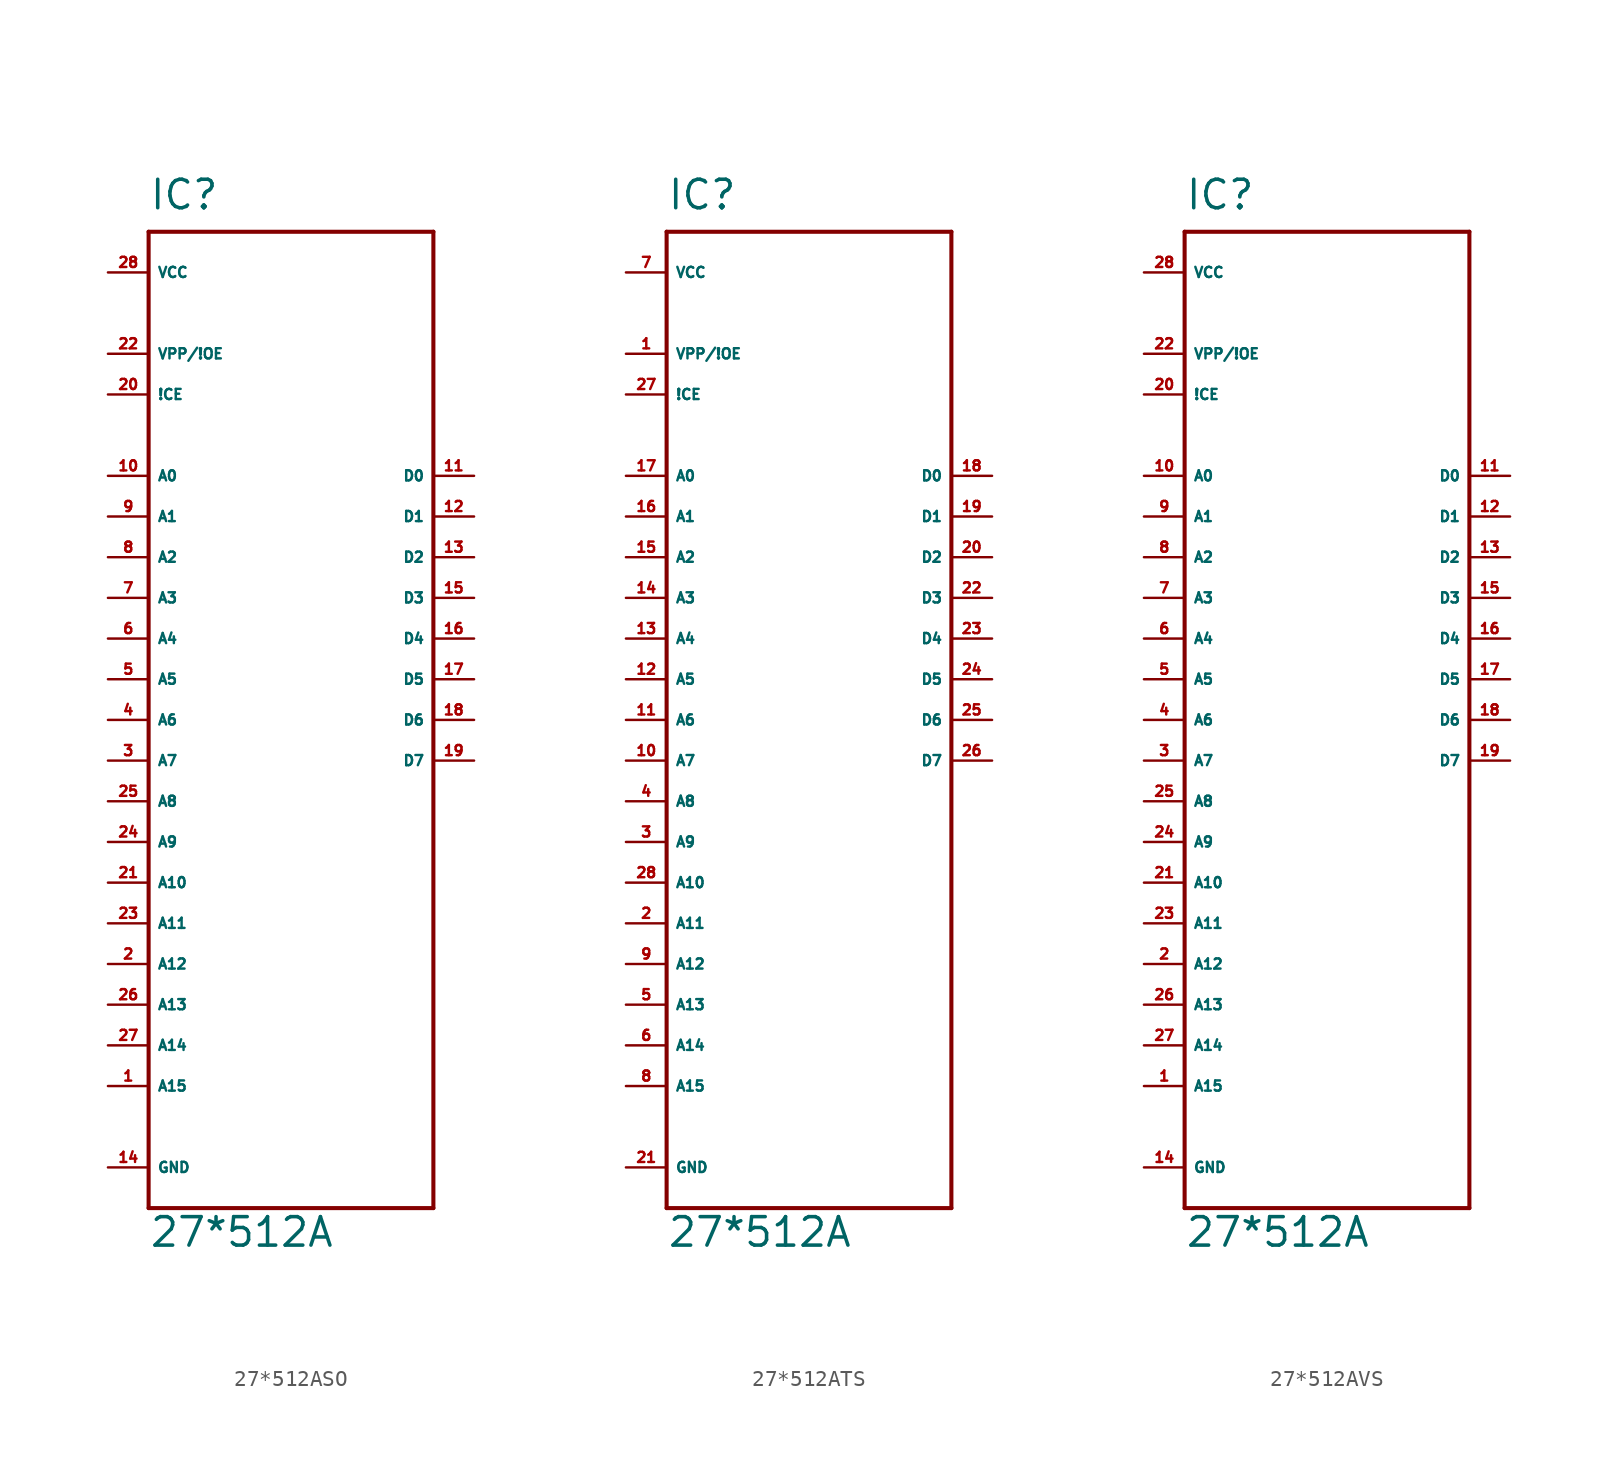
<source format=kicad_sym>
(kicad_symbol_lib
  (version 20220914)
  (generator Eagle2Kicad)
  (symbol "27*512ASO"
    (property "Reference" "IC"
      (at -7.62 31.75 0)
      (effects (font (size 1.778 1.778) (thickness 0.22)) (justify left bottom)))
    (property "Value" "27*512A"
      (at -7.62 -33.02 0)
      (effects (font (size 1.778 1.778) (thickness 0.22)) (justify left bottom)))
    (polyline
      (pts (xy -7.62 30.48) (xy 10.16 30.48))
      (stroke (width 0.254) (type default))
      (fill (type none)))
    (polyline
      (pts (xy 10.16 30.48) (xy 10.16 -30.48))
      (stroke (width 0.254) (type default))
      (fill (type none)))
    (polyline
      (pts (xy 10.16 -30.48) (xy -7.62 -30.48))
      (stroke (width 0.254) (type default))
      (fill (type none)))
    (polyline
      (pts (xy -7.62 -30.48) (xy -7.62 30.48))
      (stroke (width 0.254) (type default))
      (fill (type none)))
    (pin input line
      (at -10.16 15.24 0)
      (length 2.54)
      (name "A0" (effects (font (size 0.635 0.635) (thickness 0.08)) (justify left bottom)))
      (number "10" (effects (font (size 0.635 0.635) (thickness 0.08)) (justify left bottom))))
    (pin input line
      (at -10.16 12.7 0)
      (length 2.54)
      (name "A1" (effects (font (size 0.635 0.635) (thickness 0.08)) (justify left bottom)))
      (number "9" (effects (font (size 0.635 0.635) (thickness 0.08)) (justify left bottom))))
    (pin input line
      (at -10.16 10.16 0)
      (length 2.54)
      (name "A2" (effects (font (size 0.635 0.635) (thickness 0.08)) (justify left bottom)))
      (number "8" (effects (font (size 0.635 0.635) (thickness 0.08)) (justify left bottom))))
    (pin input line
      (at -10.16 7.62 0)
      (length 2.54)
      (name "A3" (effects (font (size 0.635 0.635) (thickness 0.08)) (justify left bottom)))
      (number "7" (effects (font (size 0.635 0.635) (thickness 0.08)) (justify left bottom))))
    (pin input line
      (at -10.16 5.08 0)
      (length 2.54)
      (name "A4" (effects (font (size 0.635 0.635) (thickness 0.08)) (justify left bottom)))
      (number "6" (effects (font (size 0.635 0.635) (thickness 0.08)) (justify left bottom))))
    (pin input line
      (at -10.16 2.54 0)
      (length 2.54)
      (name "A5" (effects (font (size 0.635 0.635) (thickness 0.08)) (justify left bottom)))
      (number "5" (effects (font (size 0.635 0.635) (thickness 0.08)) (justify left bottom))))
    (pin input line
      (at -10.16 0 0)
      (length 2.54)
      (name "A6" (effects (font (size 0.635 0.635) (thickness 0.08)) (justify left bottom)))
      (number "4" (effects (font (size 0.635 0.635) (thickness 0.08)) (justify left bottom))))
    (pin input line
      (at -10.16 -2.54 0)
      (length 2.54)
      (name "A7" (effects (font (size 0.635 0.635) (thickness 0.08)) (justify left bottom)))
      (number "3" (effects (font (size 0.635 0.635) (thickness 0.08)) (justify left bottom))))
    (pin input line
      (at -10.16 -5.08 0)
      (length 2.54)
      (name "A8" (effects (font (size 0.635 0.635) (thickness 0.08)) (justify left bottom)))
      (number "25" (effects (font (size 0.635 0.635) (thickness 0.08)) (justify left bottom))))
    (pin input line
      (at -10.16 20.32 0)
      (length 2.54)
      (name "!CE" (effects (font (size 0.635 0.635) (thickness 0.08)) (justify left bottom)))
      (number "20" (effects (font (size 0.635 0.635) (thickness 0.08)) (justify left bottom))))
    (pin input line
      (at -10.16 22.86 0)
      (length 2.54)
      (name "VPP/!OE" (effects (font (size 0.635 0.635) (thickness 0.08)) (justify left bottom)))
      (number "22" (effects (font (size 0.635 0.635) (thickness 0.08)) (justify left bottom))))
    (pin tri_state line
      (at 12.7 15.24 180)
      (length 2.54)
      (name "D0" (effects (font (size 0.635 0.635) (thickness 0.08)) (justify left bottom)))
      (number "11" (effects (font (size 0.635 0.635) (thickness 0.08)) (justify left bottom))))
    (pin tri_state line
      (at 12.7 12.7 180)
      (length 2.54)
      (name "D1" (effects (font (size 0.635 0.635) (thickness 0.08)) (justify left bottom)))
      (number "12" (effects (font (size 0.635 0.635) (thickness 0.08)) (justify left bottom))))
    (pin tri_state line
      (at 12.7 10.16 180)
      (length 2.54)
      (name "D2" (effects (font (size 0.635 0.635) (thickness 0.08)) (justify left bottom)))
      (number "13" (effects (font (size 0.635 0.635) (thickness 0.08)) (justify left bottom))))
    (pin tri_state line
      (at 12.7 7.62 180)
      (length 2.54)
      (name "D3" (effects (font (size 0.635 0.635) (thickness 0.08)) (justify left bottom)))
      (number "15" (effects (font (size 0.635 0.635) (thickness 0.08)) (justify left bottom))))
    (pin tri_state line
      (at 12.7 5.08 180)
      (length 2.54)
      (name "D4" (effects (font (size 0.635 0.635) (thickness 0.08)) (justify left bottom)))
      (number "16" (effects (font (size 0.635 0.635) (thickness 0.08)) (justify left bottom))))
    (pin tri_state line
      (at 12.7 2.54 180)
      (length 2.54)
      (name "D5" (effects (font (size 0.635 0.635) (thickness 0.08)) (justify left bottom)))
      (number "17" (effects (font (size 0.635 0.635) (thickness 0.08)) (justify left bottom))))
    (pin tri_state line
      (at 12.7 0 180)
      (length 2.54)
      (name "D6" (effects (font (size 0.635 0.635) (thickness 0.08)) (justify left bottom)))
      (number "18" (effects (font (size 0.635 0.635) (thickness 0.08)) (justify left bottom))))
    (pin tri_state line
      (at 12.7 -2.54 180)
      (length 2.54)
      (name "D7" (effects (font (size 0.635 0.635) (thickness 0.08)) (justify left bottom)))
      (number "19" (effects (font (size 0.635 0.635) (thickness 0.08)) (justify left bottom))))
    (pin unspecified line
      (at -10.16 27.94 0)
      (length 2.54)
      (name "VCC" (effects (font (size 0.635 0.635) (thickness 0.08)) (justify left bottom)))
      (number "28" (effects (font (size 0.635 0.635) (thickness 0.08)) (justify left bottom))))
    (pin unspecified line
      (at -10.16 -27.94 0)
      (length 2.54)
      (name "GND" (effects (font (size 0.635 0.635) (thickness 0.08)) (justify left bottom)))
      (number "14" (effects (font (size 0.635 0.635) (thickness 0.08)) (justify left bottom))))
    (pin input line
      (at -10.16 -7.62 0)
      (length 2.54)
      (name "A9" (effects (font (size 0.635 0.635) (thickness 0.08)) (justify left bottom)))
      (number "24" (effects (font (size 0.635 0.635) (thickness 0.08)) (justify left bottom))))
    (pin input line
      (at -10.16 -10.16 0)
      (length 2.54)
      (name "A10" (effects (font (size 0.635 0.635) (thickness 0.08)) (justify left bottom)))
      (number "21" (effects (font (size 0.635 0.635) (thickness 0.08)) (justify left bottom))))
    (pin input line
      (at -10.16 -20.32 0)
      (length 2.54)
      (name "A14" (effects (font (size 0.635 0.635) (thickness 0.08)) (justify left bottom)))
      (number "27" (effects (font (size 0.635 0.635) (thickness 0.08)) (justify left bottom))))
    (pin input line
      (at -10.16 -12.7 0)
      (length 2.54)
      (name "A11" (effects (font (size 0.635 0.635) (thickness 0.08)) (justify left bottom)))
      (number "23" (effects (font (size 0.635 0.635) (thickness 0.08)) (justify left bottom))))
    (pin input line
      (at -10.16 -15.24 0)
      (length 2.54)
      (name "A12" (effects (font (size 0.635 0.635) (thickness 0.08)) (justify left bottom)))
      (number "2" (effects (font (size 0.635 0.635) (thickness 0.08)) (justify left bottom))))
    (pin input line
      (at -10.16 -22.86 0)
      (length 2.54)
      (name "A15" (effects (font (size 0.635 0.635) (thickness 0.08)) (justify left bottom)))
      (number "1" (effects (font (size 0.635 0.635) (thickness 0.08)) (justify left bottom))))
    (pin input line
      (at -10.16 -17.78 0)
      (length 2.54)
      (name "A13" (effects (font (size 0.635 0.635) (thickness 0.08)) (justify left bottom)))
      (number "26" (effects (font (size 0.635 0.635) (thickness 0.08)) (justify left bottom)))))
  (symbol "27*512ATS"
    (property "Reference" "IC"
      (at -7.62 31.75 0)
      (effects (font (size 1.778 1.778) (thickness 0.22)) (justify left bottom)))
    (property "Value" "27*512A"
      (at -7.62 -33.02 0)
      (effects (font (size 1.778 1.778) (thickness 0.22)) (justify left bottom)))
    (polyline
      (pts (xy -7.62 30.48) (xy 10.16 30.48))
      (stroke (width 0.254) (type default))
      (fill (type none)))
    (polyline
      (pts (xy 10.16 30.48) (xy 10.16 -30.48))
      (stroke (width 0.254) (type default))
      (fill (type none)))
    (polyline
      (pts (xy 10.16 -30.48) (xy -7.62 -30.48))
      (stroke (width 0.254) (type default))
      (fill (type none)))
    (polyline
      (pts (xy -7.62 -30.48) (xy -7.62 30.48))
      (stroke (width 0.254) (type default))
      (fill (type none)))
    (pin input line
      (at -10.16 15.24 0)
      (length 2.54)
      (name "A0" (effects (font (size 0.635 0.635) (thickness 0.08)) (justify left bottom)))
      (number "17" (effects (font (size 0.635 0.635) (thickness 0.08)) (justify left bottom))))
    (pin input line
      (at -10.16 12.7 0)
      (length 2.54)
      (name "A1" (effects (font (size 0.635 0.635) (thickness 0.08)) (justify left bottom)))
      (number "16" (effects (font (size 0.635 0.635) (thickness 0.08)) (justify left bottom))))
    (pin input line
      (at -10.16 10.16 0)
      (length 2.54)
      (name "A2" (effects (font (size 0.635 0.635) (thickness 0.08)) (justify left bottom)))
      (number "15" (effects (font (size 0.635 0.635) (thickness 0.08)) (justify left bottom))))
    (pin input line
      (at -10.16 7.62 0)
      (length 2.54)
      (name "A3" (effects (font (size 0.635 0.635) (thickness 0.08)) (justify left bottom)))
      (number "14" (effects (font (size 0.635 0.635) (thickness 0.08)) (justify left bottom))))
    (pin input line
      (at -10.16 5.08 0)
      (length 2.54)
      (name "A4" (effects (font (size 0.635 0.635) (thickness 0.08)) (justify left bottom)))
      (number "13" (effects (font (size 0.635 0.635) (thickness 0.08)) (justify left bottom))))
    (pin input line
      (at -10.16 2.54 0)
      (length 2.54)
      (name "A5" (effects (font (size 0.635 0.635) (thickness 0.08)) (justify left bottom)))
      (number "12" (effects (font (size 0.635 0.635) (thickness 0.08)) (justify left bottom))))
    (pin input line
      (at -10.16 0 0)
      (length 2.54)
      (name "A6" (effects (font (size 0.635 0.635) (thickness 0.08)) (justify left bottom)))
      (number "11" (effects (font (size 0.635 0.635) (thickness 0.08)) (justify left bottom))))
    (pin input line
      (at -10.16 -2.54 0)
      (length 2.54)
      (name "A7" (effects (font (size 0.635 0.635) (thickness 0.08)) (justify left bottom)))
      (number "10" (effects (font (size 0.635 0.635) (thickness 0.08)) (justify left bottom))))
    (pin input line
      (at -10.16 -5.08 0)
      (length 2.54)
      (name "A8" (effects (font (size 0.635 0.635) (thickness 0.08)) (justify left bottom)))
      (number "4" (effects (font (size 0.635 0.635) (thickness 0.08)) (justify left bottom))))
    (pin input line
      (at -10.16 20.32 0)
      (length 2.54)
      (name "!CE" (effects (font (size 0.635 0.635) (thickness 0.08)) (justify left bottom)))
      (number "27" (effects (font (size 0.635 0.635) (thickness 0.08)) (justify left bottom))))
    (pin input line
      (at -10.16 22.86 0)
      (length 2.54)
      (name "VPP/!OE" (effects (font (size 0.635 0.635) (thickness 0.08)) (justify left bottom)))
      (number "1" (effects (font (size 0.635 0.635) (thickness 0.08)) (justify left bottom))))
    (pin tri_state line
      (at 12.7 15.24 180)
      (length 2.54)
      (name "D0" (effects (font (size 0.635 0.635) (thickness 0.08)) (justify left bottom)))
      (number "18" (effects (font (size 0.635 0.635) (thickness 0.08)) (justify left bottom))))
    (pin tri_state line
      (at 12.7 12.7 180)
      (length 2.54)
      (name "D1" (effects (font (size 0.635 0.635) (thickness 0.08)) (justify left bottom)))
      (number "19" (effects (font (size 0.635 0.635) (thickness 0.08)) (justify left bottom))))
    (pin tri_state line
      (at 12.7 10.16 180)
      (length 2.54)
      (name "D2" (effects (font (size 0.635 0.635) (thickness 0.08)) (justify left bottom)))
      (number "20" (effects (font (size 0.635 0.635) (thickness 0.08)) (justify left bottom))))
    (pin tri_state line
      (at 12.7 7.62 180)
      (length 2.54)
      (name "D3" (effects (font (size 0.635 0.635) (thickness 0.08)) (justify left bottom)))
      (number "22" (effects (font (size 0.635 0.635) (thickness 0.08)) (justify left bottom))))
    (pin tri_state line
      (at 12.7 5.08 180)
      (length 2.54)
      (name "D4" (effects (font (size 0.635 0.635) (thickness 0.08)) (justify left bottom)))
      (number "23" (effects (font (size 0.635 0.635) (thickness 0.08)) (justify left bottom))))
    (pin tri_state line
      (at 12.7 2.54 180)
      (length 2.54)
      (name "D5" (effects (font (size 0.635 0.635) (thickness 0.08)) (justify left bottom)))
      (number "24" (effects (font (size 0.635 0.635) (thickness 0.08)) (justify left bottom))))
    (pin tri_state line
      (at 12.7 0 180)
      (length 2.54)
      (name "D6" (effects (font (size 0.635 0.635) (thickness 0.08)) (justify left bottom)))
      (number "25" (effects (font (size 0.635 0.635) (thickness 0.08)) (justify left bottom))))
    (pin tri_state line
      (at 12.7 -2.54 180)
      (length 2.54)
      (name "D7" (effects (font (size 0.635 0.635) (thickness 0.08)) (justify left bottom)))
      (number "26" (effects (font (size 0.635 0.635) (thickness 0.08)) (justify left bottom))))
    (pin unspecified line
      (at -10.16 27.94 0)
      (length 2.54)
      (name "VCC" (effects (font (size 0.635 0.635) (thickness 0.08)) (justify left bottom)))
      (number "7" (effects (font (size 0.635 0.635) (thickness 0.08)) (justify left bottom))))
    (pin unspecified line
      (at -10.16 -27.94 0)
      (length 2.54)
      (name "GND" (effects (font (size 0.635 0.635) (thickness 0.08)) (justify left bottom)))
      (number "21" (effects (font (size 0.635 0.635) (thickness 0.08)) (justify left bottom))))
    (pin input line
      (at -10.16 -7.62 0)
      (length 2.54)
      (name "A9" (effects (font (size 0.635 0.635) (thickness 0.08)) (justify left bottom)))
      (number "3" (effects (font (size 0.635 0.635) (thickness 0.08)) (justify left bottom))))
    (pin input line
      (at -10.16 -10.16 0)
      (length 2.54)
      (name "A10" (effects (font (size 0.635 0.635) (thickness 0.08)) (justify left bottom)))
      (number "28" (effects (font (size 0.635 0.635) (thickness 0.08)) (justify left bottom))))
    (pin input line
      (at -10.16 -20.32 0)
      (length 2.54)
      (name "A14" (effects (font (size 0.635 0.635) (thickness 0.08)) (justify left bottom)))
      (number "6" (effects (font (size 0.635 0.635) (thickness 0.08)) (justify left bottom))))
    (pin input line
      (at -10.16 -12.7 0)
      (length 2.54)
      (name "A11" (effects (font (size 0.635 0.635) (thickness 0.08)) (justify left bottom)))
      (number "2" (effects (font (size 0.635 0.635) (thickness 0.08)) (justify left bottom))))
    (pin input line
      (at -10.16 -15.24 0)
      (length 2.54)
      (name "A12" (effects (font (size 0.635 0.635) (thickness 0.08)) (justify left bottom)))
      (number "9" (effects (font (size 0.635 0.635) (thickness 0.08)) (justify left bottom))))
    (pin input line
      (at -10.16 -22.86 0)
      (length 2.54)
      (name "A15" (effects (font (size 0.635 0.635) (thickness 0.08)) (justify left bottom)))
      (number "8" (effects (font (size 0.635 0.635) (thickness 0.08)) (justify left bottom))))
    (pin input line
      (at -10.16 -17.78 0)
      (length 2.54)
      (name "A13" (effects (font (size 0.635 0.635) (thickness 0.08)) (justify left bottom)))
      (number "5" (effects (font (size 0.635 0.635) (thickness 0.08)) (justify left bottom)))))
  (symbol "27*512AVS"
    (property "Reference" "IC"
      (at -7.62 31.75 0)
      (effects (font (size 1.778 1.778) (thickness 0.22)) (justify left bottom)))
    (property "Value" "27*512A"
      (at -7.62 -33.02 0)
      (effects (font (size 1.778 1.778) (thickness 0.22)) (justify left bottom)))
    (polyline
      (pts (xy -7.62 30.48) (xy 10.16 30.48))
      (stroke (width 0.254) (type default))
      (fill (type none)))
    (polyline
      (pts (xy 10.16 30.48) (xy 10.16 -30.48))
      (stroke (width 0.254) (type default))
      (fill (type none)))
    (polyline
      (pts (xy 10.16 -30.48) (xy -7.62 -30.48))
      (stroke (width 0.254) (type default))
      (fill (type none)))
    (polyline
      (pts (xy -7.62 -30.48) (xy -7.62 30.48))
      (stroke (width 0.254) (type default))
      (fill (type none)))
    (pin input line
      (at -10.16 15.24 0)
      (length 2.54)
      (name "A0" (effects (font (size 0.635 0.635) (thickness 0.08)) (justify left bottom)))
      (number "10" (effects (font (size 0.635 0.635) (thickness 0.08)) (justify left bottom))))
    (pin input line
      (at -10.16 12.7 0)
      (length 2.54)
      (name "A1" (effects (font (size 0.635 0.635) (thickness 0.08)) (justify left bottom)))
      (number "9" (effects (font (size 0.635 0.635) (thickness 0.08)) (justify left bottom))))
    (pin input line
      (at -10.16 10.16 0)
      (length 2.54)
      (name "A2" (effects (font (size 0.635 0.635) (thickness 0.08)) (justify left bottom)))
      (number "8" (effects (font (size 0.635 0.635) (thickness 0.08)) (justify left bottom))))
    (pin input line
      (at -10.16 7.62 0)
      (length 2.54)
      (name "A3" (effects (font (size 0.635 0.635) (thickness 0.08)) (justify left bottom)))
      (number "7" (effects (font (size 0.635 0.635) (thickness 0.08)) (justify left bottom))))
    (pin input line
      (at -10.16 5.08 0)
      (length 2.54)
      (name "A4" (effects (font (size 0.635 0.635) (thickness 0.08)) (justify left bottom)))
      (number "6" (effects (font (size 0.635 0.635) (thickness 0.08)) (justify left bottom))))
    (pin input line
      (at -10.16 2.54 0)
      (length 2.54)
      (name "A5" (effects (font (size 0.635 0.635) (thickness 0.08)) (justify left bottom)))
      (number "5" (effects (font (size 0.635 0.635) (thickness 0.08)) (justify left bottom))))
    (pin input line
      (at -10.16 0 0)
      (length 2.54)
      (name "A6" (effects (font (size 0.635 0.635) (thickness 0.08)) (justify left bottom)))
      (number "4" (effects (font (size 0.635 0.635) (thickness 0.08)) (justify left bottom))))
    (pin input line
      (at -10.16 -2.54 0)
      (length 2.54)
      (name "A7" (effects (font (size 0.635 0.635) (thickness 0.08)) (justify left bottom)))
      (number "3" (effects (font (size 0.635 0.635) (thickness 0.08)) (justify left bottom))))
    (pin input line
      (at -10.16 -5.08 0)
      (length 2.54)
      (name "A8" (effects (font (size 0.635 0.635) (thickness 0.08)) (justify left bottom)))
      (number "25" (effects (font (size 0.635 0.635) (thickness 0.08)) (justify left bottom))))
    (pin input line
      (at -10.16 20.32 0)
      (length 2.54)
      (name "!CE" (effects (font (size 0.635 0.635) (thickness 0.08)) (justify left bottom)))
      (number "20" (effects (font (size 0.635 0.635) (thickness 0.08)) (justify left bottom))))
    (pin input line
      (at -10.16 22.86 0)
      (length 2.54)
      (name "VPP/!OE" (effects (font (size 0.635 0.635) (thickness 0.08)) (justify left bottom)))
      (number "22" (effects (font (size 0.635 0.635) (thickness 0.08)) (justify left bottom))))
    (pin tri_state line
      (at 12.7 15.24 180)
      (length 2.54)
      (name "D0" (effects (font (size 0.635 0.635) (thickness 0.08)) (justify left bottom)))
      (number "11" (effects (font (size 0.635 0.635) (thickness 0.08)) (justify left bottom))))
    (pin tri_state line
      (at 12.7 12.7 180)
      (length 2.54)
      (name "D1" (effects (font (size 0.635 0.635) (thickness 0.08)) (justify left bottom)))
      (number "12" (effects (font (size 0.635 0.635) (thickness 0.08)) (justify left bottom))))
    (pin tri_state line
      (at 12.7 10.16 180)
      (length 2.54)
      (name "D2" (effects (font (size 0.635 0.635) (thickness 0.08)) (justify left bottom)))
      (number "13" (effects (font (size 0.635 0.635) (thickness 0.08)) (justify left bottom))))
    (pin tri_state line
      (at 12.7 7.62 180)
      (length 2.54)
      (name "D3" (effects (font (size 0.635 0.635) (thickness 0.08)) (justify left bottom)))
      (number "15" (effects (font (size 0.635 0.635) (thickness 0.08)) (justify left bottom))))
    (pin tri_state line
      (at 12.7 5.08 180)
      (length 2.54)
      (name "D4" (effects (font (size 0.635 0.635) (thickness 0.08)) (justify left bottom)))
      (number "16" (effects (font (size 0.635 0.635) (thickness 0.08)) (justify left bottom))))
    (pin tri_state line
      (at 12.7 2.54 180)
      (length 2.54)
      (name "D5" (effects (font (size 0.635 0.635) (thickness 0.08)) (justify left bottom)))
      (number "17" (effects (font (size 0.635 0.635) (thickness 0.08)) (justify left bottom))))
    (pin tri_state line
      (at 12.7 0 180)
      (length 2.54)
      (name "D6" (effects (font (size 0.635 0.635) (thickness 0.08)) (justify left bottom)))
      (number "18" (effects (font (size 0.635 0.635) (thickness 0.08)) (justify left bottom))))
    (pin tri_state line
      (at 12.7 -2.54 180)
      (length 2.54)
      (name "D7" (effects (font (size 0.635 0.635) (thickness 0.08)) (justify left bottom)))
      (number "19" (effects (font (size 0.635 0.635) (thickness 0.08)) (justify left bottom))))
    (pin unspecified line
      (at -10.16 27.94 0)
      (length 2.54)
      (name "VCC" (effects (font (size 0.635 0.635) (thickness 0.08)) (justify left bottom)))
      (number "28" (effects (font (size 0.635 0.635) (thickness 0.08)) (justify left bottom))))
    (pin unspecified line
      (at -10.16 -27.94 0)
      (length 2.54)
      (name "GND" (effects (font (size 0.635 0.635) (thickness 0.08)) (justify left bottom)))
      (number "14" (effects (font (size 0.635 0.635) (thickness 0.08)) (justify left bottom))))
    (pin input line
      (at -10.16 -7.62 0)
      (length 2.54)
      (name "A9" (effects (font (size 0.635 0.635) (thickness 0.08)) (justify left bottom)))
      (number "24" (effects (font (size 0.635 0.635) (thickness 0.08)) (justify left bottom))))
    (pin input line
      (at -10.16 -10.16 0)
      (length 2.54)
      (name "A10" (effects (font (size 0.635 0.635) (thickness 0.08)) (justify left bottom)))
      (number "21" (effects (font (size 0.635 0.635) (thickness 0.08)) (justify left bottom))))
    (pin input line
      (at -10.16 -20.32 0)
      (length 2.54)
      (name "A14" (effects (font (size 0.635 0.635) (thickness 0.08)) (justify left bottom)))
      (number "27" (effects (font (size 0.635 0.635) (thickness 0.08)) (justify left bottom))))
    (pin input line
      (at -10.16 -12.7 0)
      (length 2.54)
      (name "A11" (effects (font (size 0.635 0.635) (thickness 0.08)) (justify left bottom)))
      (number "23" (effects (font (size 0.635 0.635) (thickness 0.08)) (justify left bottom))))
    (pin input line
      (at -10.16 -15.24 0)
      (length 2.54)
      (name "A12" (effects (font (size 0.635 0.635) (thickness 0.08)) (justify left bottom)))
      (number "2" (effects (font (size 0.635 0.635) (thickness 0.08)) (justify left bottom))))
    (pin input line
      (at -10.16 -22.86 0)
      (length 2.54)
      (name "A15" (effects (font (size 0.635 0.635) (thickness 0.08)) (justify left bottom)))
      (number "1" (effects (font (size 0.635 0.635) (thickness 0.08)) (justify left bottom))))
    (pin input line
      (at -10.16 -17.78 0)
      (length 2.54)
      (name "A13" (effects (font (size 0.635 0.635) (thickness 0.08)) (justify left bottom)))
      (number "26" (effects (font (size 0.635 0.635) (thickness 0.08)) (justify left bottom))))))
</source>
